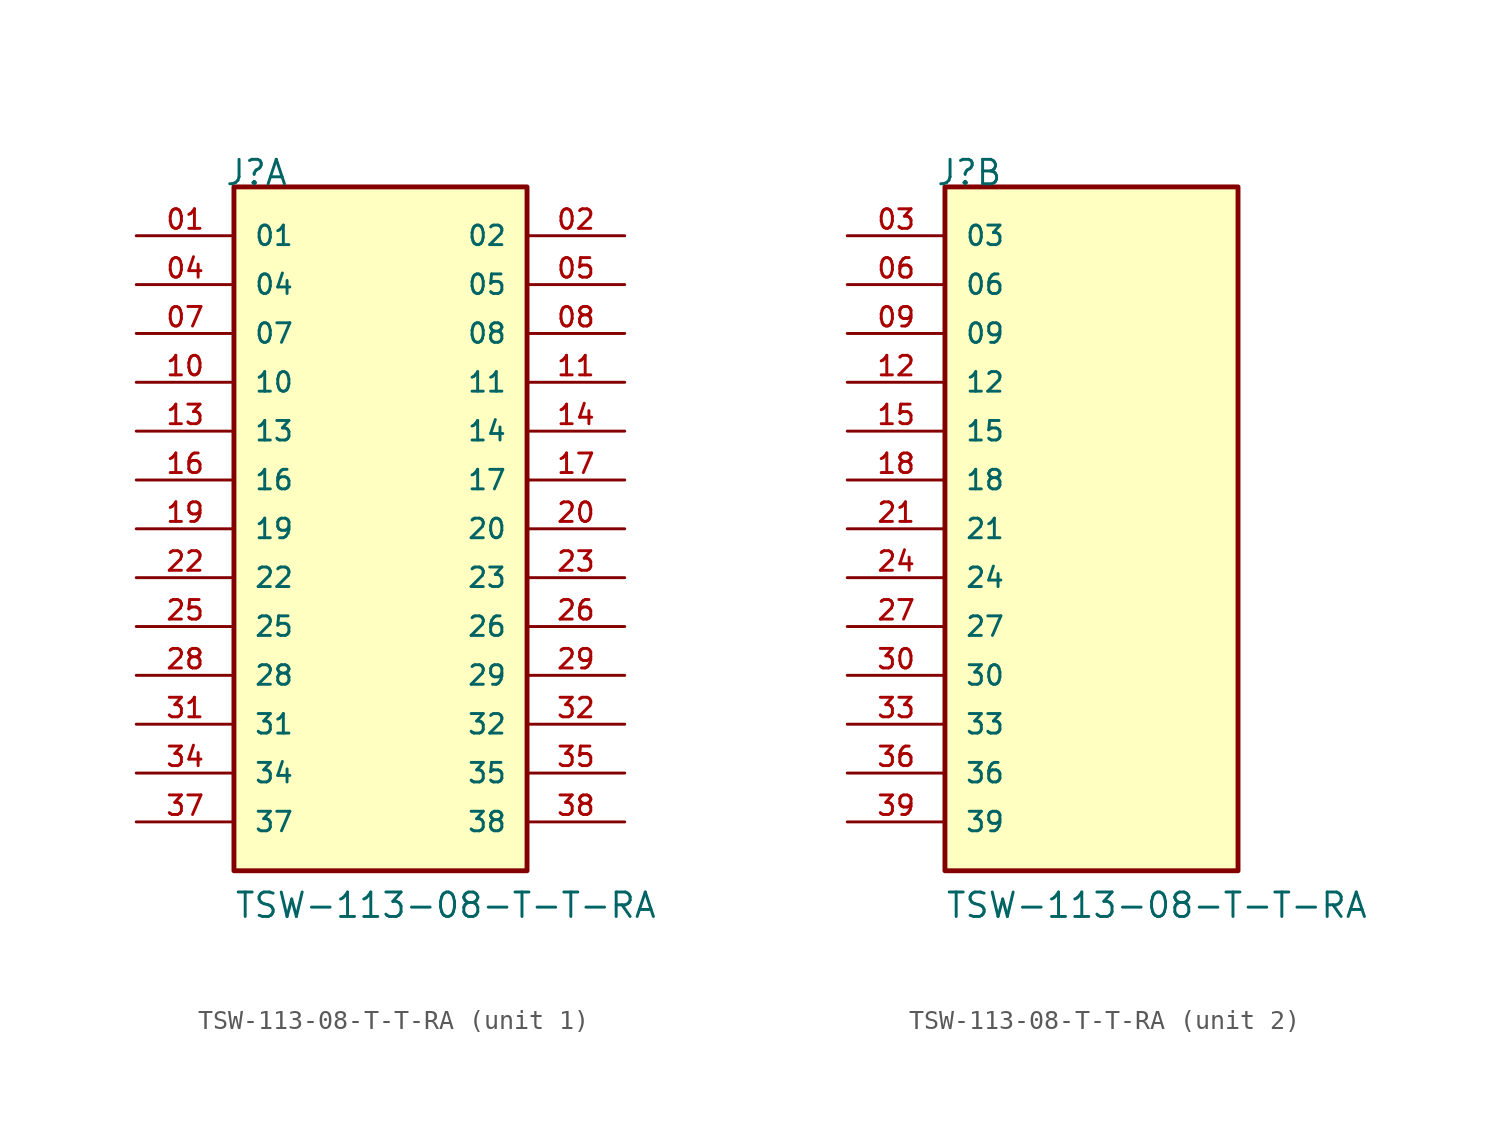
<source format=kicad_sym>
(kicad_symbol_lib
  (version 20211014)
  (generator kicad_symbol_editor)
  (symbol "TSW-113-08-T-T-RA"
    (pin_names
      (offset 1.016))
    (property "Reference" "J"
      (at -8.12 17.78 0)
      (effects (font (size 1.27 1.27)) (justify bottom left)))
    (property "Value" "TSW-113-08-T-T-RA"
      (at -7.62 -20.32 0)
      (effects (font (size 1.27 1.27)) (justify bottom left)))
    (symbol "TSW-113-08-T-T-RA_1_0"
      (rectangle (start -7.62 -17.78) (end 7.62 17.78) (stroke (width 0.254)) (fill (type background)))
      (pin passive line (at -12.7 15.24 0) (length 5.08) (name "01" (effects (font (size 1.016 1.016)))) (number "01" (effects (font (size 1.016 1.016)))))
      (pin passive line (at 12.7 15.24 180.0) (length 5.08) (name "02" (effects (font (size 1.016 1.016)))) (number "02" (effects (font (size 1.016 1.016)))))
      (pin passive line (at -12.7 12.7 0) (length 5.08) (name "04" (effects (font (size 1.016 1.016)))) (number "04" (effects (font (size 1.016 1.016)))))
      (pin passive line (at 12.7 12.7 180.0) (length 5.08) (name "05" (effects (font (size 1.016 1.016)))) (number "05" (effects (font (size 1.016 1.016)))))
      (pin passive line (at -12.7 10.16 0) (length 5.08) (name "07" (effects (font (size 1.016 1.016)))) (number "07" (effects (font (size 1.016 1.016)))))
      (pin passive line (at 12.7 10.16 180.0) (length 5.08) (name "08" (effects (font (size 1.016 1.016)))) (number "08" (effects (font (size 1.016 1.016)))))
      (pin passive line (at -12.7 7.62 0) (length 5.08) (name "10" (effects (font (size 1.016 1.016)))) (number "10" (effects (font (size 1.016 1.016)))))
      (pin passive line (at 12.7 7.62 180.0) (length 5.08) (name "11" (effects (font (size 1.016 1.016)))) (number "11" (effects (font (size 1.016 1.016)))))
      (pin passive line (at -12.7 5.08 0) (length 5.08) (name "13" (effects (font (size 1.016 1.016)))) (number "13" (effects (font (size 1.016 1.016)))))
      (pin passive line (at 12.7 5.08 180.0) (length 5.08) (name "14" (effects (font (size 1.016 1.016)))) (number "14" (effects (font (size 1.016 1.016)))))
      (pin passive line (at -12.7 2.54 0) (length 5.08) (name "16" (effects (font (size 1.016 1.016)))) (number "16" (effects (font (size 1.016 1.016)))))
      (pin passive line (at 12.7 2.54 180.0) (length 5.08) (name "17" (effects (font (size 1.016 1.016)))) (number "17" (effects (font (size 1.016 1.016)))))
      (pin passive line (at -12.7 0.0 0) (length 5.08) (name "19" (effects (font (size 1.016 1.016)))) (number "19" (effects (font (size 1.016 1.016)))))
      (pin passive line (at 12.7 0.0 180.0) (length 5.08) (name "20" (effects (font (size 1.016 1.016)))) (number "20" (effects (font (size 1.016 1.016)))))
      (pin passive line (at -12.7 -2.54 0) (length 5.08) (name "22" (effects (font (size 1.016 1.016)))) (number "22" (effects (font (size 1.016 1.016)))))
      (pin passive line (at 12.7 -2.54 180.0) (length 5.08) (name "23" (effects (font (size 1.016 1.016)))) (number "23" (effects (font (size 1.016 1.016)))))
      (pin passive line (at -12.7 -5.08 0) (length 5.08) (name "25" (effects (font (size 1.016 1.016)))) (number "25" (effects (font (size 1.016 1.016)))))
      (pin passive line (at 12.7 -5.08 180.0) (length 5.08) (name "26" (effects (font (size 1.016 1.016)))) (number "26" (effects (font (size 1.016 1.016)))))
      (pin passive line (at -12.7 -7.62 0) (length 5.08) (name "28" (effects (font (size 1.016 1.016)))) (number "28" (effects (font (size 1.016 1.016)))))
      (pin passive line (at 12.7 -7.62 180.0) (length 5.08) (name "29" (effects (font (size 1.016 1.016)))) (number "29" (effects (font (size 1.016 1.016)))))
      (pin passive line (at -12.7 -10.16 0) (length 5.08) (name "31" (effects (font (size 1.016 1.016)))) (number "31" (effects (font (size 1.016 1.016)))))
      (pin passive line (at 12.7 -10.16 180.0) (length 5.08) (name "32" (effects (font (size 1.016 1.016)))) (number "32" (effects (font (size 1.016 1.016)))))
      (pin passive line (at -12.7 -12.7 0) (length 5.08) (name "34" (effects (font (size 1.016 1.016)))) (number "34" (effects (font (size 1.016 1.016)))))
      (pin passive line (at 12.7 -12.7 180.0) (length 5.08) (name "35" (effects (font (size 1.016 1.016)))) (number "35" (effects (font (size 1.016 1.016)))))
      (pin passive line (at -12.7 -15.24 0) (length 5.08) (name "37" (effects (font (size 1.016 1.016)))) (number "37" (effects (font (size 1.016 1.016)))))
      (pin passive line (at 12.7 -15.24 180.0) (length 5.08) (name "38" (effects (font (size 1.016 1.016)))) (number "38" (effects (font (size 1.016 1.016))))))
    (symbol "TSW-113-08-T-T-RA_2_0"
      (rectangle (start -7.62 -17.78) (end 7.62 17.78) (stroke (width 0.254)) (fill (type background)))
      (pin passive line (at -12.7 15.24 0) (length 5.08) (name "03" (effects (font (size 1.016 1.016)))) (number "03" (effects (font (size 1.016 1.016)))))
      (pin passive line (at -12.7 12.7 0) (length 5.08) (name "06" (effects (font (size 1.016 1.016)))) (number "06" (effects (font (size 1.016 1.016)))))
      (pin passive line (at -12.7 10.16 0) (length 5.08) (name "09" (effects (font (size 1.016 1.016)))) (number "09" (effects (font (size 1.016 1.016)))))
      (pin passive line (at -12.7 7.62 0) (length 5.08) (name "12" (effects (font (size 1.016 1.016)))) (number "12" (effects (font (size 1.016 1.016)))))
      (pin passive line (at -12.7 5.08 0) (length 5.08) (name "15" (effects (font (size 1.016 1.016)))) (number "15" (effects (font (size 1.016 1.016)))))
      (pin passive line (at -12.7 2.54 0) (length 5.08) (name "18" (effects (font (size 1.016 1.016)))) (number "18" (effects (font (size 1.016 1.016)))))
      (pin passive line (at -12.7 0.0 0) (length 5.08) (name "21" (effects (font (size 1.016 1.016)))) (number "21" (effects (font (size 1.016 1.016)))))
      (pin passive line (at -12.7 -2.54 0) (length 5.08) (name "24" (effects (font (size 1.016 1.016)))) (number "24" (effects (font (size 1.016 1.016)))))
      (pin passive line (at -12.7 -5.08 0) (length 5.08) (name "27" (effects (font (size 1.016 1.016)))) (number "27" (effects (font (size 1.016 1.016)))))
      (pin passive line (at -12.7 -7.62 0) (length 5.08) (name "30" (effects (font (size 1.016 1.016)))) (number "30" (effects (font (size 1.016 1.016)))))
      (pin passive line (at -12.7 -10.16 0) (length 5.08) (name "33" (effects (font (size 1.016 1.016)))) (number "33" (effects (font (size 1.016 1.016)))))
      (pin passive line (at -12.7 -12.7 0) (length 5.08) (name "36" (effects (font (size 1.016 1.016)))) (number "36" (effects (font (size 1.016 1.016)))))
      (pin passive line (at -12.7 -15.24 0) (length 5.08) (name "39" (effects (font (size 1.016 1.016)))) (number "39" (effects (font (size 1.016 1.016))))))))
</source>
